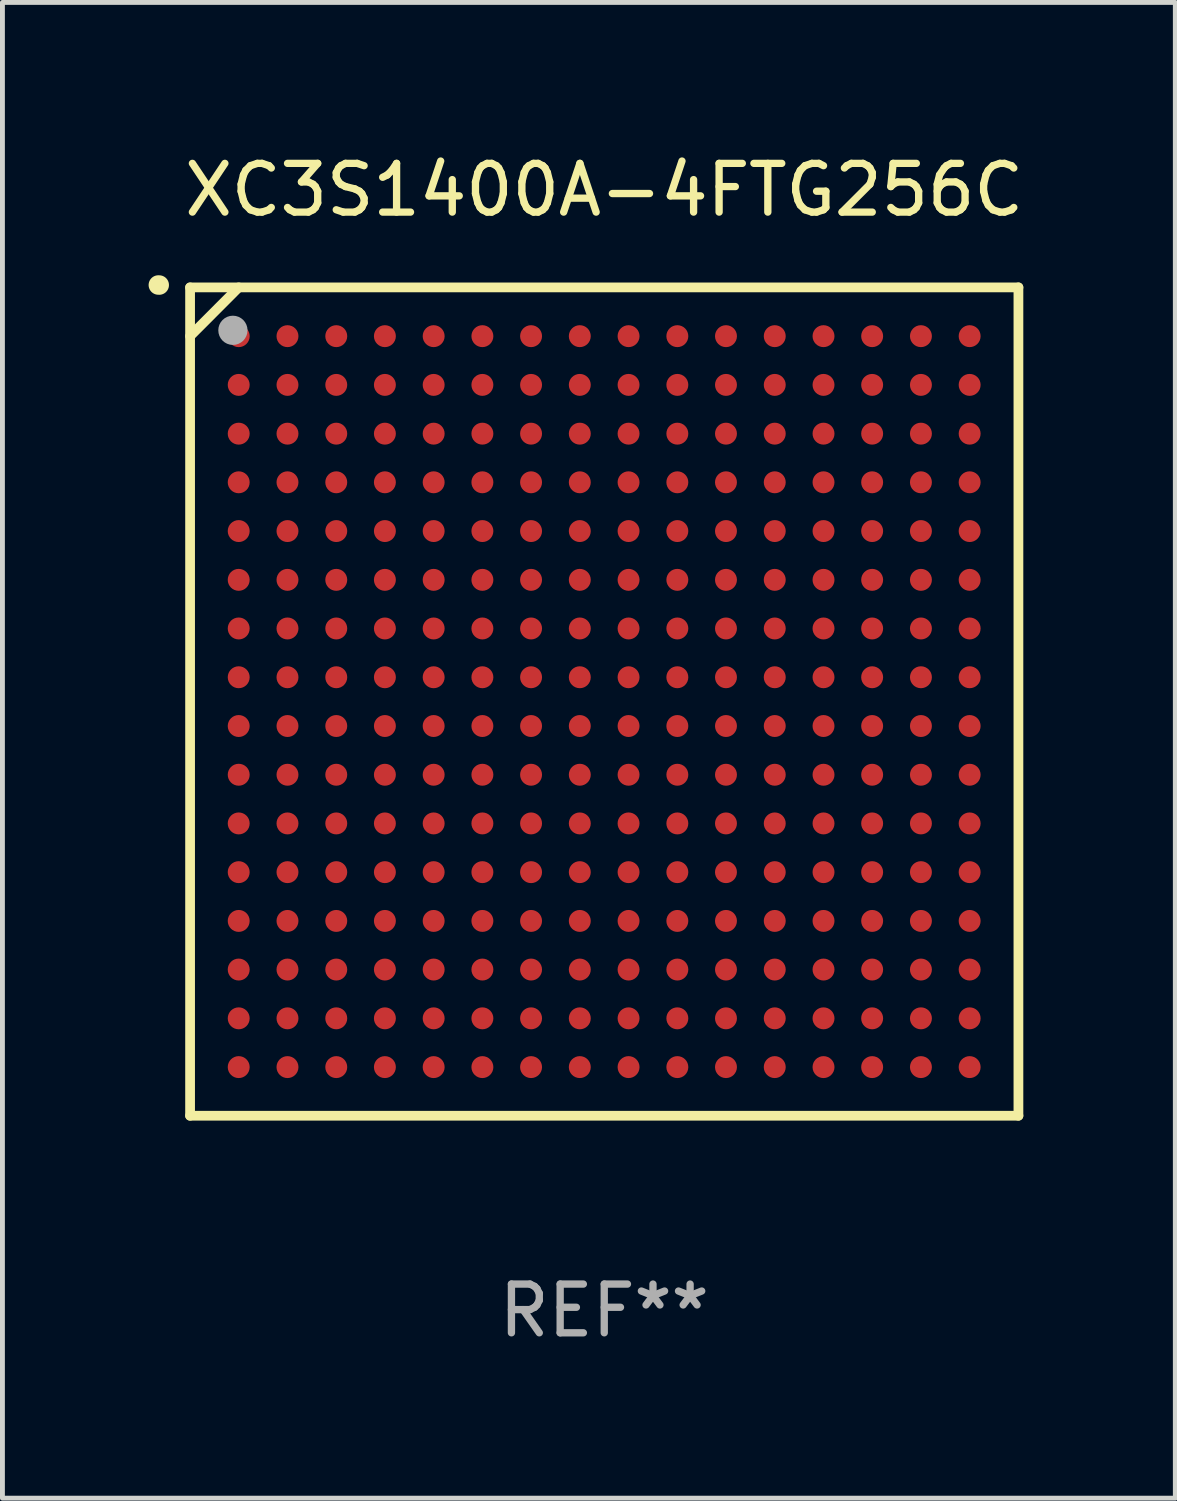
<source format=kicad_pcb>
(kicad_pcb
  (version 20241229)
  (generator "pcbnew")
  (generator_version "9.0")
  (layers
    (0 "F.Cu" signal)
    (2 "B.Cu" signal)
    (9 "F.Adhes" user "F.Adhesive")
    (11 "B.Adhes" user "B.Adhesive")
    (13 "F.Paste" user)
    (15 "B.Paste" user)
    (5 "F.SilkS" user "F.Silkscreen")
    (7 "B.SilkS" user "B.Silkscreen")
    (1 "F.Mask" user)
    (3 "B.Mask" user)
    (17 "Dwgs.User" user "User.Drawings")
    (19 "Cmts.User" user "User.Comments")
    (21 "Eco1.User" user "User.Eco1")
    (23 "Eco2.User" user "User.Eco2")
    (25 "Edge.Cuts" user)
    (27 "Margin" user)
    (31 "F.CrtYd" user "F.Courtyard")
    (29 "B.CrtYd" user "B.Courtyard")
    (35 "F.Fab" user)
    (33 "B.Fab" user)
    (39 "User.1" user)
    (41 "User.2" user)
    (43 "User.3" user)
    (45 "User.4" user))
  (footprint "XC3S1400A-4FTG256C"
    (layer "F.Cu")
    (at 9.351 11.348)
    (property "Reference" "XC3S1400A-4FTG256C" (at 0 -10.5 0) (layer "F.SilkS") (effects (font (size 1 1) (thickness 0.15))))
    (attr through_hole)
    (fp_line (start -8.5 -8.5) (end 8.5 -8.5) (stroke (width 0.2) (type solid)) (layer "F.SilkS"))
    (fp_line (start -8.5 -7.499) (end -7.502 -8.5) (stroke (width 0.2) (type solid)) (layer "F.SilkS"))
    (fp_line (start -8.5 8.5) (end -8.5 -8.5) (stroke (width 0.2) (type solid)) (layer "F.SilkS"))
    (fp_line (start 8.5 -8.5) (end 8.5 8.5) (stroke (width 0.2) (type solid)) (layer "F.SilkS"))
    (fp_line (start 8.5 8.5) (end -8.5 8.5) (stroke (width 0.2) (type solid)) (layer "F.SilkS"))
    (fp_arc (start -9.151181 -8.548768) (mid -9.142295 -8.548541) (end -9.133426 -8.547955) (stroke (width 0.4) (type solid)) (layer "F.SilkS"))
    (fp_circle (center -8.501 -8.499) (end -8.471 -8.499) (stroke (width 0.06) (type solid)) (fill no) (layer "F.SilkS"))
    (fp_circle (center -7.621 -7.619) (end -7.471 -7.619) (stroke (width 0.3) (type solid)) (fill no) (layer "F.Fab"))
    (fp_text user "REF**" (at 0 12.5 0) (layer "F.Fab") (effects (font (size 1 1) (thickness 0.15))))
    (pad "A1" smd circle (at -7.502 -7.499) (size 0.45 0.45) (layers "F.Cu" "F.Mask" "F.Paste"))
    (pad "A2" smd circle (at -6.501 -7.499) (size 0.45 0.45) (layers "F.Cu" "F.Mask" "F.Paste"))
    (pad "A3" smd circle (at -5.5 -7.499) (size 0.45 0.45) (layers "F.Cu" "F.Mask" "F.Paste"))
    (pad "A4" smd circle (at -4.502 -7.499) (size 0.45 0.45) (layers "F.Cu" "F.Mask" "F.Paste"))
    (pad "A5" smd circle (at -3.501 -7.499) (size 0.45 0.45) (layers "F.Cu" "F.Mask" "F.Paste"))
    (pad "A6" smd circle (at -2.501 -7.499) (size 0.45 0.45) (layers "F.Cu" "F.Mask" "F.Paste"))
    (pad "A7" smd circle (at -1.502 -7.499) (size 0.45 0.45) (layers "F.Cu" "F.Mask" "F.Paste"))
    (pad "A8" smd circle (at -0.502 -7.499) (size 0.45 0.45) (layers "F.Cu" "F.Mask" "F.Paste"))
    (pad "A9" smd circle (at 0.499 -7.499) (size 0.45 0.45) (layers "F.Cu" "F.Mask" "F.Paste"))
    (pad "A10" smd circle (at 1.5 -7.499) (size 0.45 0.45) (layers "F.Cu" "F.Mask" "F.Paste"))
    (pad "A11" smd circle (at 2.498 -7.499) (size 0.45 0.45) (layers "F.Cu" "F.Mask" "F.Paste"))
    (pad "A12" smd circle (at 3.499 -7.499) (size 0.45 0.45) (layers "F.Cu" "F.Mask" "F.Paste"))
    (pad "A13" smd circle (at 4.5 -7.499) (size 0.45 0.45) (layers "F.Cu" "F.Mask" "F.Paste"))
    (pad "A14" smd circle (at 5.498 -7.499) (size 0.45 0.45) (layers "F.Cu" "F.Mask" "F.Paste"))
    (pad "A15" smd circle (at 6.499 -7.499) (size 0.45 0.45) (layers "F.Cu" "F.Mask" "F.Paste"))
    (pad "A16" smd circle (at 7.499 -7.499) (size 0.45 0.45) (layers "F.Cu" "F.Mask" "F.Paste"))
    (pad "B1" smd circle (at -7.502 -6.499) (size 0.45 0.45) (layers "F.Cu" "F.Mask" "F.Paste"))
    (pad "B2" smd circle (at -6.501 -6.499) (size 0.45 0.45) (layers "F.Cu" "F.Mask" "F.Paste"))
    (pad "B3" smd circle (at -5.5 -6.499) (size 0.45 0.45) (layers "F.Cu" "F.Mask" "F.Paste"))
    (pad "B4" smd circle (at -4.502 -6.499) (size 0.45 0.45) (layers "F.Cu" "F.Mask" "F.Paste"))
    (pad "B5" smd circle (at -3.501 -6.499) (size 0.45 0.45) (layers "F.Cu" "F.Mask" "F.Paste"))
    (pad "B6" smd circle (at -2.501 -6.499) (size 0.45 0.45) (layers "F.Cu" "F.Mask" "F.Paste"))
    (pad "B7" smd circle (at -1.502 -6.499) (size 0.45 0.45) (layers "F.Cu" "F.Mask" "F.Paste"))
    (pad "B8" smd circle (at -0.502 -6.499) (size 0.45 0.45) (layers "F.Cu" "F.Mask" "F.Paste"))
    (pad "B9" smd circle (at 0.499 -6.499) (size 0.45 0.45) (layers "F.Cu" "F.Mask" "F.Paste"))
    (pad "B10" smd circle (at 1.5 -6.499) (size 0.45 0.45) (layers "F.Cu" "F.Mask" "F.Paste"))
    (pad "B11" smd circle (at 2.498 -6.499) (size 0.45 0.45) (layers "F.Cu" "F.Mask" "F.Paste"))
    (pad "B12" smd circle (at 3.499 -6.499) (size 0.45 0.45) (layers "F.Cu" "F.Mask" "F.Paste"))
    (pad "B13" smd circle (at 4.5 -6.499) (size 0.45 0.45) (layers "F.Cu" "F.Mask" "F.Paste"))
    (pad "B14" smd circle (at 5.498 -6.499) (size 0.45 0.45) (layers "F.Cu" "F.Mask" "F.Paste"))
    (pad "B15" smd circle (at 6.499 -6.499) (size 0.45 0.45) (layers "F.Cu" "F.Mask" "F.Paste"))
    (pad "B16" smd circle (at 7.499 -6.499) (size 0.45 0.45) (layers "F.Cu" "F.Mask" "F.Paste"))
    (pad "C1" smd circle (at -7.502 -5.498) (size 0.45 0.45) (layers "F.Cu" "F.Mask" "F.Paste"))
    (pad "C2" smd circle (at -6.501 -5.498) (size 0.45 0.45) (layers "F.Cu" "F.Mask" "F.Paste"))
    (pad "C3" smd circle (at -5.5 -5.498) (size 0.45 0.45) (layers "F.Cu" "F.Mask" "F.Paste"))
    (pad "C4" smd circle (at -4.502 -5.498) (size 0.45 0.45) (layers "F.Cu" "F.Mask" "F.Paste"))
    (pad "C5" smd circle (at -3.501 -5.498) (size 0.45 0.45) (layers "F.Cu" "F.Mask" "F.Paste"))
    (pad "C6" smd circle (at -2.501 -5.498) (size 0.45 0.45) (layers "F.Cu" "F.Mask" "F.Paste"))
    (pad "C7" smd circle (at -1.502 -5.498) (size 0.45 0.45) (layers "F.Cu" "F.Mask" "F.Paste"))
    (pad "C8" smd circle (at -0.502 -5.498) (size 0.45 0.45) (layers "F.Cu" "F.Mask" "F.Paste"))
    (pad "C9" smd circle (at 0.499 -5.498) (size 0.45 0.45) (layers "F.Cu" "F.Mask" "F.Paste"))
    (pad "C10" smd circle (at 1.5 -5.498) (size 0.45 0.45) (layers "F.Cu" "F.Mask" "F.Paste"))
    (pad "C11" smd circle (at 2.498 -5.498) (size 0.45 0.45) (layers "F.Cu" "F.Mask" "F.Paste"))
    (pad "C12" smd circle (at 3.499 -5.498) (size 0.45 0.45) (layers "F.Cu" "F.Mask" "F.Paste"))
    (pad "C13" smd circle (at 4.5 -5.498) (size 0.45 0.45) (layers "F.Cu" "F.Mask" "F.Paste"))
    (pad "C14" smd circle (at 5.498 -5.498) (size 0.45 0.45) (layers "F.Cu" "F.Mask" "F.Paste"))
    (pad "C15" smd circle (at 6.499 -5.498) (size 0.45 0.45) (layers "F.Cu" "F.Mask" "F.Paste"))
    (pad "C16" smd circle (at 7.499 -5.498) (size 0.45 0.45) (layers "F.Cu" "F.Mask" "F.Paste"))
    (pad "D1" smd circle (at -7.502 -4.5) (size 0.45 0.45) (layers "F.Cu" "F.Mask" "F.Paste"))
    (pad "D2" smd circle (at -6.501 -4.5) (size 0.45 0.45) (layers "F.Cu" "F.Mask" "F.Paste"))
    (pad "D3" smd circle (at -5.5 -4.5) (size 0.45 0.45) (layers "F.Cu" "F.Mask" "F.Paste"))
    (pad "D4" smd circle (at -4.502 -4.5) (size 0.45 0.45) (layers "F.Cu" "F.Mask" "F.Paste"))
    (pad "D5" smd circle (at -3.501 -4.5) (size 0.45 0.45) (layers "F.Cu" "F.Mask" "F.Paste"))
    (pad "D6" smd circle (at -2.501 -4.5) (size 0.45 0.45) (layers "F.Cu" "F.Mask" "F.Paste"))
    (pad "D7" smd circle (at -1.502 -4.5) (size 0.45 0.45) (layers "F.Cu" "F.Mask" "F.Paste"))
    (pad "D8" smd circle (at -0.502 -4.5) (size 0.45 0.45) (layers "F.Cu" "F.Mask" "F.Paste"))
    (pad "D9" smd circle (at 0.499 -4.5) (size 0.45 0.45) (layers "F.Cu" "F.Mask" "F.Paste"))
    (pad "D10" smd circle (at 1.5 -4.5) (size 0.45 0.45) (layers "F.Cu" "F.Mask" "F.Paste"))
    (pad "D11" smd circle (at 2.498 -4.5) (size 0.45 0.45) (layers "F.Cu" "F.Mask" "F.Paste"))
    (pad "D12" smd circle (at 3.499 -4.5) (size 0.45 0.45) (layers "F.Cu" "F.Mask" "F.Paste"))
    (pad "D13" smd circle (at 4.5 -4.5) (size 0.45 0.45) (layers "F.Cu" "F.Mask" "F.Paste"))
    (pad "D14" smd circle (at 5.498 -4.5) (size 0.45 0.45) (layers "F.Cu" "F.Mask" "F.Paste"))
    (pad "D15" smd circle (at 6.499 -4.5) (size 0.45 0.45) (layers "F.Cu" "F.Mask" "F.Paste"))
    (pad "D16" smd circle (at 7.499 -4.5) (size 0.45 0.45) (layers "F.Cu" "F.Mask" "F.Paste"))
    (pad "E1" smd circle (at -7.502 -3.499) (size 0.45 0.45) (layers "F.Cu" "F.Mask" "F.Paste"))
    (pad "E2" smd circle (at -6.501 -3.499) (size 0.45 0.45) (layers "F.Cu" "F.Mask" "F.Paste"))
    (pad "E3" smd circle (at -5.5 -3.499) (size 0.45 0.45) (layers "F.Cu" "F.Mask" "F.Paste"))
    (pad "E4" smd circle (at -4.502 -3.499) (size 0.45 0.45) (layers "F.Cu" "F.Mask" "F.Paste"))
    (pad "E5" smd circle (at -3.501 -3.499) (size 0.45 0.45) (layers "F.Cu" "F.Mask" "F.Paste"))
    (pad "E6" smd circle (at -2.501 -3.499) (size 0.45 0.45) (layers "F.Cu" "F.Mask" "F.Paste"))
    (pad "E7" smd circle (at -1.502 -3.499) (size 0.45 0.45) (layers "F.Cu" "F.Mask" "F.Paste"))
    (pad "E8" smd circle (at -0.502 -3.499) (size 0.45 0.45) (layers "F.Cu" "F.Mask" "F.Paste"))
    (pad "E9" smd circle (at 0.499 -3.499) (size 0.45 0.45) (layers "F.Cu" "F.Mask" "F.Paste"))
    (pad "E10" smd circle (at 1.5 -3.499) (size 0.45 0.45) (layers "F.Cu" "F.Mask" "F.Paste"))
    (pad "E11" smd circle (at 2.498 -3.499) (size 0.45 0.45) (layers "F.Cu" "F.Mask" "F.Paste"))
    (pad "E12" smd circle (at 3.499 -3.499) (size 0.45 0.45) (layers "F.Cu" "F.Mask" "F.Paste"))
    (pad "E13" smd circle (at 4.5 -3.499) (size 0.45 0.45) (layers "F.Cu" "F.Mask" "F.Paste"))
    (pad "E14" smd circle (at 5.498 -3.499) (size 0.45 0.45) (layers "F.Cu" "F.Mask" "F.Paste"))
    (pad "E15" smd circle (at 6.499 -3.499) (size 0.45 0.45) (layers "F.Cu" "F.Mask" "F.Paste"))
    (pad "E16" smd circle (at 7.499 -3.499) (size 0.45 0.45) (layers "F.Cu" "F.Mask" "F.Paste"))
    (pad "F1" smd circle (at -7.502 -2.498) (size 0.45 0.45) (layers "F.Cu" "F.Mask" "F.Paste"))
    (pad "F2" smd circle (at -6.501 -2.498) (size 0.45 0.45) (layers "F.Cu" "F.Mask" "F.Paste"))
    (pad "F3" smd circle (at -5.5 -2.498) (size 0.45 0.45) (layers "F.Cu" "F.Mask" "F.Paste"))
    (pad "F4" smd circle (at -4.502 -2.498) (size 0.45 0.45) (layers "F.Cu" "F.Mask" "F.Paste"))
    (pad "F5" smd circle (at -3.501 -2.498) (size 0.45 0.45) (layers "F.Cu" "F.Mask" "F.Paste"))
    (pad "F6" smd circle (at -2.501 -2.498) (size 0.45 0.45) (layers "F.Cu" "F.Mask" "F.Paste"))
    (pad "F7" smd circle (at -1.502 -2.498) (size 0.45 0.45) (layers "F.Cu" "F.Mask" "F.Paste"))
    (pad "F8" smd circle (at -0.502 -2.498) (size 0.45 0.45) (layers "F.Cu" "F.Mask" "F.Paste"))
    (pad "F9" smd circle (at 0.499 -2.498) (size 0.45 0.45) (layers "F.Cu" "F.Mask" "F.Paste"))
    (pad "F10" smd circle (at 1.5 -2.498) (size 0.45 0.45) (layers "F.Cu" "F.Mask" "F.Paste"))
    (pad "F11" smd circle (at 2.498 -2.498) (size 0.45 0.45) (layers "F.Cu" "F.Mask" "F.Paste"))
    (pad "F12" smd circle (at 3.499 -2.498) (size 0.45 0.45) (layers "F.Cu" "F.Mask" "F.Paste"))
    (pad "F13" smd circle (at 4.5 -2.498) (size 0.45 0.45) (layers "F.Cu" "F.Mask" "F.Paste"))
    (pad "F14" smd circle (at 5.498 -2.498) (size 0.45 0.45) (layers "F.Cu" "F.Mask" "F.Paste"))
    (pad "F15" smd circle (at 6.499 -2.498) (size 0.45 0.45) (layers "F.Cu" "F.Mask" "F.Paste"))
    (pad "F16" smd circle (at 7.499 -2.498) (size 0.45 0.45) (layers "F.Cu" "F.Mask" "F.Paste"))
    (pad "G1" smd circle (at -7.502 -1.5) (size 0.45 0.45) (layers "F.Cu" "F.Mask" "F.Paste"))
    (pad "G2" smd circle (at -6.501 -1.5) (size 0.45 0.45) (layers "F.Cu" "F.Mask" "F.Paste"))
    (pad "G3" smd circle (at -5.5 -1.5) (size 0.45 0.45) (layers "F.Cu" "F.Mask" "F.Paste"))
    (pad "G4" smd circle (at -4.502 -1.5) (size 0.45 0.45) (layers "F.Cu" "F.Mask" "F.Paste"))
    (pad "G5" smd circle (at -3.501 -1.5) (size 0.45 0.45) (layers "F.Cu" "F.Mask" "F.Paste"))
    (pad "G6" smd circle (at -2.501 -1.5) (size 0.45 0.45) (layers "F.Cu" "F.Mask" "F.Paste"))
    (pad "G7" smd circle (at -1.502 -1.5) (size 0.45 0.45) (layers "F.Cu" "F.Mask" "F.Paste"))
    (pad "G8" smd circle (at -0.502 -1.5) (size 0.45 0.45) (layers "F.Cu" "F.Mask" "F.Paste"))
    (pad "G9" smd circle (at 0.499 -1.5) (size 0.45 0.45) (layers "F.Cu" "F.Mask" "F.Paste"))
    (pad "G10" smd circle (at 1.5 -1.5) (size 0.45 0.45) (layers "F.Cu" "F.Mask" "F.Paste"))
    (pad "G11" smd circle (at 2.498 -1.5) (size 0.45 0.45) (layers "F.Cu" "F.Mask" "F.Paste"))
    (pad "G12" smd circle (at 3.499 -1.5) (size 0.45 0.45) (layers "F.Cu" "F.Mask" "F.Paste"))
    (pad "G13" smd circle (at 4.5 -1.5) (size 0.45 0.45) (layers "F.Cu" "F.Mask" "F.Paste"))
    (pad "G14" smd circle (at 5.498 -1.5) (size 0.45 0.45) (layers "F.Cu" "F.Mask" "F.Paste"))
    (pad "G15" smd circle (at 6.499 -1.5) (size 0.45 0.45) (layers "F.Cu" "F.Mask" "F.Paste"))
    (pad "G16" smd circle (at 7.499 -1.5) (size 0.45 0.45) (layers "F.Cu" "F.Mask" "F.Paste"))
    (pad "H1" smd circle (at -7.502 -0.499) (size 0.45 0.45) (layers "F.Cu" "F.Mask" "F.Paste"))
    (pad "H2" smd circle (at -6.501 -0.499) (size 0.45 0.45) (layers "F.Cu" "F.Mask" "F.Paste"))
    (pad "H3" smd circle (at -5.5 -0.499) (size 0.45 0.45) (layers "F.Cu" "F.Mask" "F.Paste"))
    (pad "H4" smd circle (at -4.502 -0.499) (size 0.45 0.45) (layers "F.Cu" "F.Mask" "F.Paste"))
    (pad "H5" smd circle (at -3.501 -0.499) (size 0.45 0.45) (layers "F.Cu" "F.Mask" "F.Paste"))
    (pad "H6" smd circle (at -2.501 -0.499) (size 0.45 0.45) (layers "F.Cu" "F.Mask" "F.Paste"))
    (pad "H7" smd circle (at -1.502 -0.499) (size 0.45 0.45) (layers "F.Cu" "F.Mask" "F.Paste"))
    (pad "H8" smd circle (at -0.502 -0.499) (size 0.45 0.45) (layers "F.Cu" "F.Mask" "F.Paste"))
    (pad "H9" smd circle (at 0.499 -0.499) (size 0.45 0.45) (layers "F.Cu" "F.Mask" "F.Paste"))
    (pad "H10" smd circle (at 1.5 -0.499) (size 0.45 0.45) (layers "F.Cu" "F.Mask" "F.Paste"))
    (pad "H11" smd circle (at 2.498 -0.499) (size 0.45 0.45) (layers "F.Cu" "F.Mask" "F.Paste"))
    (pad "H12" smd circle (at 3.499 -0.499) (size 0.45 0.45) (layers "F.Cu" "F.Mask" "F.Paste"))
    (pad "H13" smd circle (at 4.5 -0.499) (size 0.45 0.45) (layers "F.Cu" "F.Mask" "F.Paste"))
    (pad "H14" smd circle (at 5.498 -0.499) (size 0.45 0.45) (layers "F.Cu" "F.Mask" "F.Paste"))
    (pad "H15" smd circle (at 6.499 -0.499) (size 0.45 0.45) (layers "F.Cu" "F.Mask" "F.Paste"))
    (pad "H16" smd circle (at 7.499 -0.499) (size 0.45 0.45) (layers "F.Cu" "F.Mask" "F.Paste"))
    (pad "J1" smd circle (at -7.502 0.502) (size 0.45 0.45) (layers "F.Cu" "F.Mask" "F.Paste"))
    (pad "J2" smd circle (at -6.501 0.502) (size 0.45 0.45) (layers "F.Cu" "F.Mask" "F.Paste"))
    (pad "J3" smd circle (at -5.5 0.502) (size 0.45 0.45) (layers "F.Cu" "F.Mask" "F.Paste"))
    (pad "J4" smd circle (at -4.502 0.502) (size 0.45 0.45) (layers "F.Cu" "F.Mask" "F.Paste"))
    (pad "J5" smd circle (at -3.501 0.502) (size 0.45 0.45) (layers "F.Cu" "F.Mask" "F.Paste"))
    (pad "J6" smd circle (at -2.501 0.502) (size 0.45 0.45) (layers "F.Cu" "F.Mask" "F.Paste"))
    (pad "J7" smd circle (at -1.502 0.502) (size 0.45 0.45) (layers "F.Cu" "F.Mask" "F.Paste"))
    (pad "J8" smd circle (at -0.502 0.502) (size 0.45 0.45) (layers "F.Cu" "F.Mask" "F.Paste"))
    (pad "J9" smd circle (at 0.499 0.502) (size 0.45 0.45) (layers "F.Cu" "F.Mask" "F.Paste"))
    (pad "J10" smd circle (at 1.5 0.502) (size 0.45 0.45) (layers "F.Cu" "F.Mask" "F.Paste"))
    (pad "J11" smd circle (at 2.498 0.502) (size 0.45 0.45) (layers "F.Cu" "F.Mask" "F.Paste"))
    (pad "J12" smd circle (at 3.499 0.502) (size 0.45 0.45) (layers "F.Cu" "F.Mask" "F.Paste"))
    (pad "J13" smd circle (at 4.5 0.502) (size 0.45 0.45) (layers "F.Cu" "F.Mask" "F.Paste"))
    (pad "J14" smd circle (at 5.498 0.502) (size 0.45 0.45) (layers "F.Cu" "F.Mask" "F.Paste"))
    (pad "J15" smd circle (at 6.499 0.502) (size 0.45 0.45) (layers "F.Cu" "F.Mask" "F.Paste"))
    (pad "J16" smd circle (at 7.499 0.502) (size 0.45 0.45) (layers "F.Cu" "F.Mask" "F.Paste"))
    (pad "K1" smd circle (at -7.502 1.502) (size 0.45 0.45) (layers "F.Cu" "F.Mask" "F.Paste"))
    (pad "K2" smd circle (at -6.501 1.502) (size 0.45 0.45) (layers "F.Cu" "F.Mask" "F.Paste"))
    (pad "K3" smd circle (at -5.5 1.502) (size 0.45 0.45) (layers "F.Cu" "F.Mask" "F.Paste"))
    (pad "K4" smd circle (at -4.502 1.502) (size 0.45 0.45) (layers "F.Cu" "F.Mask" "F.Paste"))
    (pad "K5" smd circle (at -3.501 1.502) (size 0.45 0.45) (layers "F.Cu" "F.Mask" "F.Paste"))
    (pad "K6" smd circle (at -2.501 1.502) (size 0.45 0.45) (layers "F.Cu" "F.Mask" "F.Paste"))
    (pad "K7" smd circle (at -1.502 1.502) (size 0.45 0.45) (layers "F.Cu" "F.Mask" "F.Paste"))
    (pad "K8" smd circle (at -0.502 1.502) (size 0.45 0.45) (layers "F.Cu" "F.Mask" "F.Paste"))
    (pad "K9" smd circle (at 0.499 1.502) (size 0.45 0.45) (layers "F.Cu" "F.Mask" "F.Paste"))
    (pad "K10" smd circle (at 1.5 1.502) (size 0.45 0.45) (layers "F.Cu" "F.Mask" "F.Paste"))
    (pad "K11" smd circle (at 2.498 1.502) (size 0.45 0.45) (layers "F.Cu" "F.Mask" "F.Paste"))
    (pad "K12" smd circle (at 3.499 1.502) (size 0.45 0.45) (layers "F.Cu" "F.Mask" "F.Paste"))
    (pad "K13" smd circle (at 4.5 1.502) (size 0.45 0.45) (layers "F.Cu" "F.Mask" "F.Paste"))
    (pad "K14" smd circle (at 5.498 1.502) (size 0.45 0.45) (layers "F.Cu" "F.Mask" "F.Paste"))
    (pad "K15" smd circle (at 6.499 1.502) (size 0.45 0.45) (layers "F.Cu" "F.Mask" "F.Paste"))
    (pad "K16" smd circle (at 7.499 1.502) (size 0.45 0.45) (layers "F.Cu" "F.Mask" "F.Paste"))
    (pad "L1" smd circle (at -7.502 2.501) (size 0.45 0.45) (layers "F.Cu" "F.Mask" "F.Paste"))
    (pad "L2" smd circle (at -6.501 2.501) (size 0.45 0.45) (layers "F.Cu" "F.Mask" "F.Paste"))
    (pad "L3" smd circle (at -5.5 2.501) (size 0.45 0.45) (layers "F.Cu" "F.Mask" "F.Paste"))
    (pad "L4" smd circle (at -4.502 2.501) (size 0.45 0.45) (layers "F.Cu" "F.Mask" "F.Paste"))
    (pad "L5" smd circle (at -3.501 2.501) (size 0.45 0.45) (layers "F.Cu" "F.Mask" "F.Paste"))
    (pad "L6" smd circle (at -2.501 2.501) (size 0.45 0.45) (layers "F.Cu" "F.Mask" "F.Paste"))
    (pad "L7" smd circle (at -1.502 2.501) (size 0.45 0.45) (layers "F.Cu" "F.Mask" "F.Paste"))
    (pad "L8" smd circle (at -0.502 2.501) (size 0.45 0.45) (layers "F.Cu" "F.Mask" "F.Paste"))
    (pad "L9" smd circle (at 0.499 2.501) (size 0.45 0.45) (layers "F.Cu" "F.Mask" "F.Paste"))
    (pad "L10" smd circle (at 1.5 2.501) (size 0.45 0.45) (layers "F.Cu" "F.Mask" "F.Paste"))
    (pad "L11" smd circle (at 2.498 2.501) (size 0.45 0.45) (layers "F.Cu" "F.Mask" "F.Paste"))
    (pad "L12" smd circle (at 3.499 2.501) (size 0.45 0.45) (layers "F.Cu" "F.Mask" "F.Paste"))
    (pad "L13" smd circle (at 4.5 2.501) (size 0.45 0.45) (layers "F.Cu" "F.Mask" "F.Paste"))
    (pad "L14" smd circle (at 5.498 2.501) (size 0.45 0.45) (layers "F.Cu" "F.Mask" "F.Paste"))
    (pad "L15" smd circle (at 6.499 2.501) (size 0.45 0.45) (layers "F.Cu" "F.Mask" "F.Paste"))
    (pad "L16" smd circle (at 7.499 2.501) (size 0.45 0.45) (layers "F.Cu" "F.Mask" "F.Paste"))
    (pad "M1" smd circle (at -7.502 3.501) (size 0.45 0.45) (layers "F.Cu" "F.Mask" "F.Paste"))
    (pad "M2" smd circle (at -6.501 3.501) (size 0.45 0.45) (layers "F.Cu" "F.Mask" "F.Paste"))
    (pad "M3" smd circle (at -5.5 3.501) (size 0.45 0.45) (layers "F.Cu" "F.Mask" "F.Paste"))
    (pad "M4" smd circle (at -4.502 3.501) (size 0.45 0.45) (layers "F.Cu" "F.Mask" "F.Paste"))
    (pad "M5" smd circle (at -3.501 3.501) (size 0.45 0.45) (layers "F.Cu" "F.Mask" "F.Paste"))
    (pad "M6" smd circle (at -2.501 3.501) (size 0.45 0.45) (layers "F.Cu" "F.Mask" "F.Paste"))
    (pad "M7" smd circle (at -1.502 3.501) (size 0.45 0.45) (layers "F.Cu" "F.Mask" "F.Paste"))
    (pad "M8" smd circle (at -0.502 3.501) (size 0.45 0.45) (layers "F.Cu" "F.Mask" "F.Paste"))
    (pad "M9" smd circle (at 0.499 3.501) (size 0.45 0.45) (layers "F.Cu" "F.Mask" "F.Paste"))
    (pad "M10" smd circle (at 1.5 3.501) (size 0.45 0.45) (layers "F.Cu" "F.Mask" "F.Paste"))
    (pad "M11" smd circle (at 2.498 3.501) (size 0.45 0.45) (layers "F.Cu" "F.Mask" "F.Paste"))
    (pad "M12" smd circle (at 3.499 3.501) (size 0.45 0.45) (layers "F.Cu" "F.Mask" "F.Paste"))
    (pad "M13" smd circle (at 4.5 3.501) (size 0.45 0.45) (layers "F.Cu" "F.Mask" "F.Paste"))
    (pad "M14" smd circle (at 5.498 3.501) (size 0.45 0.45) (layers "F.Cu" "F.Mask" "F.Paste"))
    (pad "M15" smd circle (at 6.499 3.501) (size 0.45 0.45) (layers "F.Cu" "F.Mask" "F.Paste"))
    (pad "M16" smd circle (at 7.499 3.501) (size 0.45 0.45) (layers "F.Cu" "F.Mask" "F.Paste"))
    (pad "N1" smd circle (at -7.502 4.502) (size 0.45 0.45) (layers "F.Cu" "F.Mask" "F.Paste"))
    (pad "N2" smd circle (at -6.501 4.502) (size 0.45 0.45) (layers "F.Cu" "F.Mask" "F.Paste"))
    (pad "N3" smd circle (at -5.5 4.502) (size 0.45 0.45) (layers "F.Cu" "F.Mask" "F.Paste"))
    (pad "N4" smd circle (at -4.502 4.502) (size 0.45 0.45) (layers "F.Cu" "F.Mask" "F.Paste"))
    (pad "N5" smd circle (at -3.501 4.502) (size 0.45 0.45) (layers "F.Cu" "F.Mask" "F.Paste"))
    (pad "N6" smd circle (at -2.501 4.502) (size 0.45 0.45) (layers "F.Cu" "F.Mask" "F.Paste"))
    (pad "N7" smd circle (at -1.502 4.502) (size 0.45 0.45) (layers "F.Cu" "F.Mask" "F.Paste"))
    (pad "N8" smd circle (at -0.502 4.502) (size 0.45 0.45) (layers "F.Cu" "F.Mask" "F.Paste"))
    (pad "N9" smd circle (at 0.499 4.502) (size 0.45 0.45) (layers "F.Cu" "F.Mask" "F.Paste"))
    (pad "N10" smd circle (at 1.5 4.502) (size 0.45 0.45) (layers "F.Cu" "F.Mask" "F.Paste"))
    (pad "N11" smd circle (at 2.498 4.502) (size 0.45 0.45) (layers "F.Cu" "F.Mask" "F.Paste"))
    (pad "N12" smd circle (at 3.499 4.502) (size 0.45 0.45) (layers "F.Cu" "F.Mask" "F.Paste"))
    (pad "N13" smd circle (at 4.5 4.502) (size 0.45 0.45) (layers "F.Cu" "F.Mask" "F.Paste"))
    (pad "N14" smd circle (at 5.498 4.502) (size 0.45 0.45) (layers "F.Cu" "F.Mask" "F.Paste"))
    (pad "N15" smd circle (at 6.499 4.502) (size 0.45 0.45) (layers "F.Cu" "F.Mask" "F.Paste"))
    (pad "N16" smd circle (at 7.499 4.502) (size 0.45 0.45) (layers "F.Cu" "F.Mask" "F.Paste"))
    (pad "P1" smd circle (at -7.502 5.5) (size 0.45 0.45) (layers "F.Cu" "F.Mask" "F.Paste"))
    (pad "P2" smd circle (at -6.501 5.5) (size 0.45 0.45) (layers "F.Cu" "F.Mask" "F.Paste"))
    (pad "P3" smd circle (at -5.5 5.5) (size 0.45 0.45) (layers "F.Cu" "F.Mask" "F.Paste"))
    (pad "P4" smd circle (at -4.502 5.5) (size 0.45 0.45) (layers "F.Cu" "F.Mask" "F.Paste"))
    (pad "P5" smd circle (at -3.501 5.5) (size 0.45 0.45) (layers "F.Cu" "F.Mask" "F.Paste"))
    (pad "P6" smd circle (at -2.501 5.5) (size 0.45 0.45) (layers "F.Cu" "F.Mask" "F.Paste"))
    (pad "P7" smd circle (at -1.502 5.5) (size 0.45 0.45) (layers "F.Cu" "F.Mask" "F.Paste"))
    (pad "P8" smd circle (at -0.502 5.5) (size 0.45 0.45) (layers "F.Cu" "F.Mask" "F.Paste"))
    (pad "P9" smd circle (at 0.499 5.5) (size 0.45 0.45) (layers "F.Cu" "F.Mask" "F.Paste"))
    (pad "P10" smd circle (at 1.5 5.5) (size 0.45 0.45) (layers "F.Cu" "F.Mask" "F.Paste"))
    (pad "P11" smd circle (at 2.498 5.5) (size 0.45 0.45) (layers "F.Cu" "F.Mask" "F.Paste"))
    (pad "P12" smd circle (at 3.499 5.5) (size 0.45 0.45) (layers "F.Cu" "F.Mask" "F.Paste"))
    (pad "P13" smd circle (at 4.5 5.5) (size 0.45 0.45) (layers "F.Cu" "F.Mask" "F.Paste"))
    (pad "P14" smd circle (at 5.498 5.5) (size 0.45 0.45) (layers "F.Cu" "F.Mask" "F.Paste"))
    (pad "P15" smd circle (at 6.499 5.5) (size 0.45 0.45) (layers "F.Cu" "F.Mask" "F.Paste"))
    (pad "P16" smd circle (at 7.499 5.5) (size 0.45 0.45) (layers "F.Cu" "F.Mask" "F.Paste"))
    (pad "R1" smd circle (at -7.502 6.501) (size 0.45 0.45) (layers "F.Cu" "F.Mask" "F.Paste"))
    (pad "R2" smd circle (at -6.501 6.501) (size 0.45 0.45) (layers "F.Cu" "F.Mask" "F.Paste"))
    (pad "R3" smd circle (at -5.5 6.501) (size 0.45 0.45) (layers "F.Cu" "F.Mask" "F.Paste"))
    (pad "R4" smd circle (at -4.502 6.501) (size 0.45 0.45) (layers "F.Cu" "F.Mask" "F.Paste"))
    (pad "R5" smd circle (at -3.501 6.501) (size 0.45 0.45) (layers "F.Cu" "F.Mask" "F.Paste"))
    (pad "R6" smd circle (at -2.501 6.501) (size 0.45 0.45) (layers "F.Cu" "F.Mask" "F.Paste"))
    (pad "R7" smd circle (at -1.502 6.501) (size 0.45 0.45) (layers "F.Cu" "F.Mask" "F.Paste"))
    (pad "R8" smd circle (at -0.502 6.501) (size 0.45 0.45) (layers "F.Cu" "F.Mask" "F.Paste"))
    (pad "R9" smd circle (at 0.499 6.501) (size 0.45 0.45) (layers "F.Cu" "F.Mask" "F.Paste"))
    (pad "R10" smd circle (at 1.5 6.501) (size 0.45 0.45) (layers "F.Cu" "F.Mask" "F.Paste"))
    (pad "R11" smd circle (at 2.498 6.501) (size 0.45 0.45) (layers "F.Cu" "F.Mask" "F.Paste"))
    (pad "R12" smd circle (at 3.499 6.501) (size 0.45 0.45) (layers "F.Cu" "F.Mask" "F.Paste"))
    (pad "R13" smd circle (at 4.5 6.501) (size 0.45 0.45) (layers "F.Cu" "F.Mask" "F.Paste"))
    (pad "R14" smd circle (at 5.498 6.501) (size 0.45 0.45) (layers "F.Cu" "F.Mask" "F.Paste"))
    (pad "R15" smd circle (at 6.499 6.501) (size 0.45 0.45) (layers "F.Cu" "F.Mask" "F.Paste"))
    (pad "R16" smd circle (at 7.499 6.501) (size 0.45 0.45) (layers "F.Cu" "F.Mask" "F.Paste"))
    (pad "T1" smd circle (at -7.502 7.502) (size 0.45 0.45) (layers "F.Cu" "F.Mask" "F.Paste"))
    (pad "T2" smd circle (at -6.501 7.502) (size 0.45 0.45) (layers "F.Cu" "F.Mask" "F.Paste"))
    (pad "T3" smd circle (at -5.5 7.502) (size 0.45 0.45) (layers "F.Cu" "F.Mask" "F.Paste"))
    (pad "T4" smd circle (at -4.502 7.502) (size 0.45 0.45) (layers "F.Cu" "F.Mask" "F.Paste"))
    (pad "T5" smd circle (at -3.501 7.502) (size 0.45 0.45) (layers "F.Cu" "F.Mask" "F.Paste"))
    (pad "T6" smd circle (at -2.501 7.502) (size 0.45 0.45) (layers "F.Cu" "F.Mask" "F.Paste"))
    (pad "T7" smd circle (at -1.502 7.502) (size 0.45 0.45) (layers "F.Cu" "F.Mask" "F.Paste"))
    (pad "T8" smd circle (at -0.502 7.502) (size 0.45 0.45) (layers "F.Cu" "F.Mask" "F.Paste"))
    (pad "T9" smd circle (at 0.499 7.502) (size 0.45 0.45) (layers "F.Cu" "F.Mask" "F.Paste"))
    (pad "T10" smd circle (at 1.5 7.502) (size 0.45 0.45) (layers "F.Cu" "F.Mask" "F.Paste"))
    (pad "T11" smd circle (at 2.498 7.502) (size 0.45 0.45) (layers "F.Cu" "F.Mask" "F.Paste"))
    (pad "T12" smd circle (at 3.499 7.502) (size 0.45 0.45) (layers "F.Cu" "F.Mask" "F.Paste"))
    (pad "T13" smd circle (at 4.5 7.502) (size 0.45 0.45) (layers "F.Cu" "F.Mask" "F.Paste"))
    (pad "T14" smd circle (at 5.498 7.502) (size 0.45 0.45) (layers "F.Cu" "F.Mask" "F.Paste"))
    (pad "T15" smd circle (at 6.499 7.502) (size 0.45 0.45) (layers "F.Cu" "F.Mask" "F.Paste"))
    (pad "T16" smd circle (at 7.499 7.502) (size 0.45 0.45) (layers "F.Cu" "F.Mask" "F.Paste")))
  (gr_rect
    (start -3 -3)
    (end 21.071 27.697)
    (stroke (width 0.1) (type default))
    (fill no)
    (layer "Edge.Cuts")))
</source>
